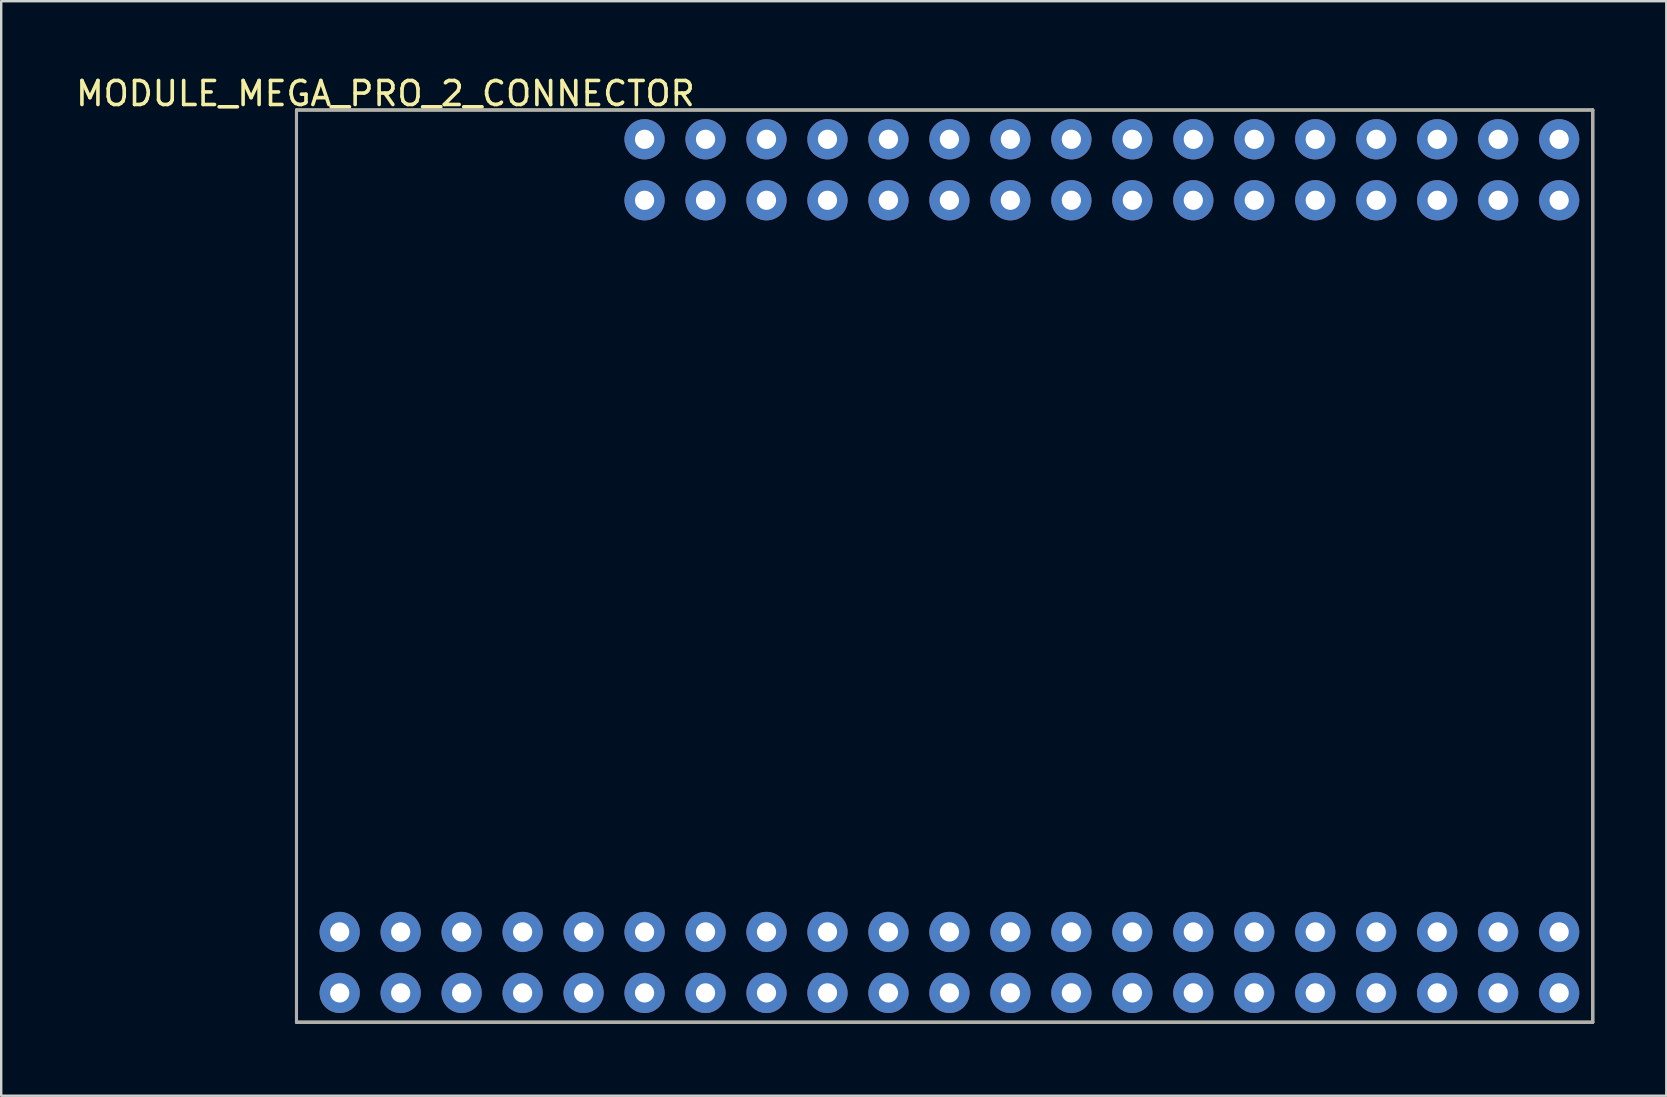
<source format=kicad_pcb>
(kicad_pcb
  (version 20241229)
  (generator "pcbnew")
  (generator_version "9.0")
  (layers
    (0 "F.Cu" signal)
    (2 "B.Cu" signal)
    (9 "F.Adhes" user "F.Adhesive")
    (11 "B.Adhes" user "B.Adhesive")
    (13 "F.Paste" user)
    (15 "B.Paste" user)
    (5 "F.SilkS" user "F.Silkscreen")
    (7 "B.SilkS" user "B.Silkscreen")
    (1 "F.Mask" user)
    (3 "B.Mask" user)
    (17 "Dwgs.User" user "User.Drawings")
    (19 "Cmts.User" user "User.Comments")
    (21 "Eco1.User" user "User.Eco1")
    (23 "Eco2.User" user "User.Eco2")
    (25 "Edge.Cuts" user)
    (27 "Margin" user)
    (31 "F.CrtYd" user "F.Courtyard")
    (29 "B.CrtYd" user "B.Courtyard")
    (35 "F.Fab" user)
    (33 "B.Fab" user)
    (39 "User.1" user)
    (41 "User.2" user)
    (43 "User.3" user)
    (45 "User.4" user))
  (footprint "MODULE_MEGA_PRO_2_CONNECTOR"
    (layer "F.Cu")
    (at 36.301 20.533)
    (property "Reference" "MODULE_MEGA_PRO_2_CONNECTOR" (at -23.295 -19.685 0) (layer "F.SilkS") (effects (font (size 1 1) (thickness 0.15))))
    (attr through_hole)
    (fp_line (start -27 -19) (end 27 -19) (stroke (width 0.127) (type solid)) (layer "F.SilkS"))
    (fp_line (start -27 19) (end -27 -19) (stroke (width 0.127) (type solid)) (layer "F.SilkS"))
    (fp_line (start -27 19) (end 27 19) (stroke (width 0.127) (type solid)) (layer "F.SilkS"))
    (fp_line (start 27 19) (end 27 -19) (stroke (width 0.127) (type solid)) (layer "F.SilkS"))
    (fp_line (start -27 -19) (end 27 -19) (stroke (width 0.127) (type solid)) (layer "F.Fab"))
    (fp_line (start -27 19) (end -27 -19) (stroke (width 0.127) (type solid)) (layer "F.Fab"))
    (fp_line (start -27 19) (end 27 19) (stroke (width 0.127) (type solid)) (layer "F.Fab"))
    (fp_line (start 27 19) (end 27 -19) (stroke (width 0.127) (type solid)) (layer "F.Fab"))
    (pad "3V3_1" thru_hole circle (at -17.58 17.78) (size 1.676 1.676) (drill 0.8) (layers "*.Cu" "*.Mask") (remove_unused_layers yes) (keep_end_layers yes) (zone_layer_connections))
    (pad "3V3_2" thru_hole circle (at -17.58 15.24) (size 1.676 1.676) (drill 0.8) (layers "*.Cu" "*.Mask") (remove_unused_layers yes) (keep_end_layers yes) (zone_layer_connections))
    (pad "5V_1" thru_hole circle (at -20.12 17.78) (size 1.676 1.676) (drill 0.8) (layers "*.Cu" "*.Mask") (remove_unused_layers yes) (keep_end_layers yes) (zone_layer_connections))
    (pad "5V_2" thru_hole circle (at -20.12 15.24) (size 1.676 1.676) (drill 0.8) (layers "*.Cu" "*.Mask") (remove_unused_layers yes) (keep_end_layers yes) (zone_layer_connections))
    (pad "A0" thru_hole circle (at -12.5 -17.78) (size 1.676 1.676) (drill 0.8) (layers "*.Cu" "*.Mask") (remove_unused_layers yes) (keep_end_layers yes) (zone_layer_connections))
    (pad "A1" thru_hole circle (at -12.5 -15.24) (size 1.676 1.676) (drill 0.8) (layers "*.Cu" "*.Mask") (remove_unused_layers yes) (keep_end_layers yes) (zone_layer_connections))
    (pad "A2" thru_hole circle (at -9.96 -17.78) (size 1.676 1.676) (drill 0.8) (layers "*.Cu" "*.Mask") (remove_unused_layers yes) (keep_end_layers yes) (zone_layer_connections))
    (pad "A3" thru_hole circle (at -9.96 -15.24) (size 1.676 1.676) (drill 0.8) (layers "*.Cu" "*.Mask") (remove_unused_layers yes) (keep_end_layers yes) (zone_layer_connections))
    (pad "A4" thru_hole circle (at -7.42 -17.78) (size 1.676 1.676) (drill 0.8) (layers "*.Cu" "*.Mask") (remove_unused_layers yes) (keep_end_layers yes) (zone_layer_connections))
    (pad "A5" thru_hole circle (at -7.42 -15.24) (size 1.676 1.676) (drill 0.8) (layers "*.Cu" "*.Mask") (remove_unused_layers yes) (keep_end_layers yes) (zone_layer_connections))
    (pad "A6" thru_hole circle (at -4.88 -17.78) (size 1.676 1.676) (drill 0.8) (layers "*.Cu" "*.Mask") (remove_unused_layers yes) (keep_end_layers yes) (zone_layer_connections))
    (pad "A7" thru_hole circle (at -4.88 -15.24) (size 1.676 1.676) (drill 0.8) (layers "*.Cu" "*.Mask") (remove_unused_layers yes) (keep_end_layers yes) (zone_layer_connections))
    (pad "A8" thru_hole circle (at -2.34 -17.78) (size 1.676 1.676) (drill 0.8) (layers "*.Cu" "*.Mask") (remove_unused_layers yes) (keep_end_layers yes) (zone_layer_connections))
    (pad "A9" thru_hole circle (at -2.34 -15.24) (size 1.676 1.676) (drill 0.8) (layers "*.Cu" "*.Mask") (remove_unused_layers yes) (keep_end_layers yes) (zone_layer_connections))
    (pad "A10" thru_hole circle (at 0.2 -17.78) (size 1.676 1.676) (drill 0.8) (layers "*.Cu" "*.Mask") (remove_unused_layers yes) (keep_end_layers yes) (zone_layer_connections))
    (pad "A11" thru_hole circle (at 0.2 -15.24) (size 1.676 1.676) (drill 0.8) (layers "*.Cu" "*.Mask") (remove_unused_layers yes) (keep_end_layers yes) (zone_layer_connections))
    (pad "A12" thru_hole circle (at 2.74 -17.78) (size 1.676 1.676) (drill 0.8) (layers "*.Cu" "*.Mask") (remove_unused_layers yes) (keep_end_layers yes) (zone_layer_connections))
    (pad "A13" thru_hole circle (at 2.74 -15.24) (size 1.676 1.676) (drill 0.8) (layers "*.Cu" "*.Mask") (remove_unused_layers yes) (keep_end_layers yes) (zone_layer_connections))
    (pad "A14" thru_hole circle (at 5.28 -17.78) (size 1.676 1.676) (drill 0.8) (layers "*.Cu" "*.Mask") (remove_unused_layers yes) (keep_end_layers yes) (zone_layer_connections))
    (pad "A15" thru_hole circle (at 5.28 -15.24) (size 1.676 1.676) (drill 0.8) (layers "*.Cu" "*.Mask") (remove_unused_layers yes) (keep_end_layers yes) (zone_layer_connections))
    (pad "AREF" thru_hole circle (at -15.04 15.24) (size 1.676 1.676) (drill 0.8) (layers "*.Cu" "*.Mask") (remove_unused_layers yes) (keep_end_layers yes) (zone_layer_connections))
    (pad "D2" thru_hole circle (at -9.96 15.24) (size 1.676 1.676) (drill 0.8) (layers "*.Cu" "*.Mask") (remove_unused_layers yes) (keep_end_layers yes) (zone_layer_connections))
    (pad "D3" thru_hole circle (at -9.96 17.78) (size 1.676 1.676) (drill 0.8) (layers "*.Cu" "*.Mask") (remove_unused_layers yes) (keep_end_layers yes) (zone_layer_connections))
    (pad "D4" thru_hole circle (at -7.42 15.24) (size 1.676 1.676) (drill 0.8) (layers "*.Cu" "*.Mask") (remove_unused_layers yes) (keep_end_layers yes) (zone_layer_connections))
    (pad "D5" thru_hole circle (at -7.42 17.78) (size 1.676 1.676) (drill 0.8) (layers "*.Cu" "*.Mask") (remove_unused_layers yes) (keep_end_layers yes) (zone_layer_connections))
    (pad "D6" thru_hole circle (at -4.88 15.24) (size 1.676 1.676) (drill 0.8) (layers "*.Cu" "*.Mask") (remove_unused_layers yes) (keep_end_layers yes) (zone_layer_connections))
    (pad "D7" thru_hole circle (at -4.88 17.78) (size 1.676 1.676) (drill 0.8) (layers "*.Cu" "*.Mask") (remove_unused_layers yes) (keep_end_layers yes) (zone_layer_connections))
    (pad "D8" thru_hole circle (at -2.34 15.24) (size 1.676 1.676) (drill 0.8) (layers "*.Cu" "*.Mask") (remove_unused_layers yes) (keep_end_layers yes) (zone_layer_connections))
    (pad "D9" thru_hole circle (at -2.34 17.78) (size 1.676 1.676) (drill 0.8) (layers "*.Cu" "*.Mask") (remove_unused_layers yes) (keep_end_layers yes) (zone_layer_connections))
    (pad "D10" thru_hole circle (at 0.2 15.24) (size 1.676 1.676) (drill 0.8) (layers "*.Cu" "*.Mask") (remove_unused_layers yes) (keep_end_layers yes) (zone_layer_connections))
    (pad "D11" thru_hole circle (at 0.2 17.78) (size 1.676 1.676) (drill 0.8) (layers "*.Cu" "*.Mask") (remove_unused_layers yes) (keep_end_layers yes) (zone_layer_connections))
    (pad "D12" thru_hole circle (at 2.74 15.24) (size 1.676 1.676) (drill 0.8) (layers "*.Cu" "*.Mask") (remove_unused_layers yes) (keep_end_layers yes) (zone_layer_connections))
    (pad "D13" thru_hole circle (at 2.74 17.78) (size 1.676 1.676) (drill 0.8) (layers "*.Cu" "*.Mask") (remove_unused_layers yes) (keep_end_layers yes) (zone_layer_connections))
    (pad "D14" thru_hole circle (at 5.28 15.24) (size 1.676 1.676) (drill 0.8) (layers "*.Cu" "*.Mask") (remove_unused_layers yes) (keep_end_layers yes) (zone_layer_connections))
    (pad "D15" thru_hole circle (at 5.28 17.78) (size 1.676 1.676) (drill 0.8) (layers "*.Cu" "*.Mask") (remove_unused_layers yes) (keep_end_layers yes) (zone_layer_connections))
    (pad "D16" thru_hole circle (at 7.82 15.24) (size 1.676 1.676) (drill 0.8) (layers "*.Cu" "*.Mask") (remove_unused_layers yes) (keep_end_layers yes) (zone_layer_connections))
    (pad "D17" thru_hole circle (at 7.82 17.78) (size 1.676 1.676) (drill 0.8) (layers "*.Cu" "*.Mask") (remove_unused_layers yes) (keep_end_layers yes) (zone_layer_connections))
    (pad "D18" thru_hole circle (at 10.36 15.24) (size 1.676 1.676) (drill 0.8) (layers "*.Cu" "*.Mask") (remove_unused_layers yes) (keep_end_layers yes) (zone_layer_connections))
    (pad "D19" thru_hole circle (at 10.36 17.78) (size 1.676 1.676) (drill 0.8) (layers "*.Cu" "*.Mask") (remove_unused_layers yes) (keep_end_layers yes) (zone_layer_connections))
    (pad "D20" thru_hole circle (at 12.9 15.24) (size 1.676 1.676) (drill 0.8) (layers "*.Cu" "*.Mask") (remove_unused_layers yes) (keep_end_layers yes) (zone_layer_connections))
    (pad "D21" thru_hole circle (at 12.9 17.78) (size 1.676 1.676) (drill 0.8) (layers "*.Cu" "*.Mask") (remove_unused_layers yes) (keep_end_layers yes) (zone_layer_connections))
    (pad "D22" thru_hole circle (at 15.44 15.24) (size 1.676 1.676) (drill 0.8) (layers "*.Cu" "*.Mask") (remove_unused_layers yes) (keep_end_layers yes) (zone_layer_connections))
    (pad "D23" thru_hole circle (at 15.44 17.78) (size 1.676 1.676) (drill 0.8) (layers "*.Cu" "*.Mask") (remove_unused_layers yes) (keep_end_layers yes) (zone_layer_connections))
    (pad "D24" thru_hole circle (at 17.98 15.24) (size 1.676 1.676) (drill 0.8) (layers "*.Cu" "*.Mask") (remove_unused_layers yes) (keep_end_layers yes) (zone_layer_connections))
    (pad "D25" thru_hole circle (at 17.98 17.78) (size 1.676 1.676) (drill 0.8) (layers "*.Cu" "*.Mask") (remove_unused_layers yes) (keep_end_layers yes) (zone_layer_connections))
    (pad "D26" thru_hole circle (at 20.52 15.24) (size 1.676 1.676) (drill 0.8) (layers "*.Cu" "*.Mask") (remove_unused_layers yes) (keep_end_layers yes) (zone_layer_connections))
    (pad "D27" thru_hole circle (at 20.52 17.78) (size 1.676 1.676) (drill 0.8) (layers "*.Cu" "*.Mask") (remove_unused_layers yes) (keep_end_layers yes) (zone_layer_connections))
    (pad "D28" thru_hole circle (at 23.06 15.24) (size 1.676 1.676) (drill 0.8) (layers "*.Cu" "*.Mask") (remove_unused_layers yes) (keep_end_layers yes) (zone_layer_connections))
    (pad "D29" thru_hole circle (at 23.06 17.78) (size 1.676 1.676) (drill 0.8) (layers "*.Cu" "*.Mask") (remove_unused_layers yes) (keep_end_layers yes) (zone_layer_connections))
    (pad "D30" thru_hole circle (at 25.6 15.24) (size 1.676 1.676) (drill 0.8) (layers "*.Cu" "*.Mask") (remove_unused_layers yes) (keep_end_layers yes) (zone_layer_connections))
    (pad "D31" thru_hole circle (at 25.6 17.78) (size 1.676 1.676) (drill 0.8) (layers "*.Cu" "*.Mask") (remove_unused_layers yes) (keep_end_layers yes) (zone_layer_connections))
    (pad "D32" thru_hole circle (at 7.82 -17.78) (size 1.676 1.676) (drill 0.8) (layers "*.Cu" "*.Mask") (remove_unused_layers yes) (keep_end_layers yes) (zone_layer_connections))
    (pad "D33" thru_hole circle (at 7.82 -15.24) (size 1.676 1.676) (drill 0.8) (layers "*.Cu" "*.Mask") (remove_unused_layers yes) (keep_end_layers yes) (zone_layer_connections))
    (pad "D34" thru_hole circle (at 10.36 -17.78) (size 1.676 1.676) (drill 0.8) (layers "*.Cu" "*.Mask") (remove_unused_layers yes) (keep_end_layers yes) (zone_layer_connections))
    (pad "D35" thru_hole circle (at 10.36 -15.24) (size 1.676 1.676) (drill 0.8) (layers "*.Cu" "*.Mask") (remove_unused_layers yes) (keep_end_layers yes) (zone_layer_connections))
    (pad "D36" thru_hole circle (at 12.9 -17.78) (size 1.676 1.676) (drill 0.8) (layers "*.Cu" "*.Mask") (remove_unused_layers yes) (keep_end_layers yes) (zone_layer_connections))
    (pad "D37" thru_hole circle (at 12.9 -15.24) (size 1.676 1.676) (drill 0.8) (layers "*.Cu" "*.Mask") (remove_unused_layers yes) (keep_end_layers yes) (zone_layer_connections))
    (pad "D38" thru_hole circle (at 15.44 -17.78) (size 1.676 1.676) (drill 0.8) (layers "*.Cu" "*.Mask") (remove_unused_layers yes) (keep_end_layers yes) (zone_layer_connections))
    (pad "D39" thru_hole circle (at 15.44 -15.24) (size 1.676 1.676) (drill 0.8) (layers "*.Cu" "*.Mask") (remove_unused_layers yes) (keep_end_layers yes) (zone_layer_connections))
    (pad "D40" thru_hole circle (at 17.98 -17.78) (size 1.676 1.676) (drill 0.8) (layers "*.Cu" "*.Mask") (remove_unused_layers yes) (keep_end_layers yes) (zone_layer_connections))
    (pad "D41" thru_hole circle (at 17.98 -15.24) (size 1.676 1.676) (drill 0.8) (layers "*.Cu" "*.Mask") (remove_unused_layers yes) (keep_end_layers yes) (zone_layer_connections))
    (pad "D42" thru_hole circle (at 20.52 -17.78) (size 1.676 1.676) (drill 0.8) (layers "*.Cu" "*.Mask") (remove_unused_layers yes) (keep_end_layers yes) (zone_layer_connections))
    (pad "D43" thru_hole circle (at 20.52 -15.24) (size 1.676 1.676) (drill 0.8) (layers "*.Cu" "*.Mask") (remove_unused_layers yes) (keep_end_layers yes) (zone_layer_connections))
    (pad "D44" thru_hole circle (at 23.06 -17.78) (size 1.676 1.676) (drill 0.8) (layers "*.Cu" "*.Mask") (remove_unused_layers yes) (keep_end_layers yes) (zone_layer_connections))
    (pad "D45" thru_hole circle (at 23.06 -15.24) (size 1.676 1.676) (drill 0.8) (layers "*.Cu" "*.Mask") (remove_unused_layers yes) (keep_end_layers yes) (zone_layer_connections))
    (pad "D46" thru_hole circle (at 25.6 -17.78) (size 1.676 1.676) (drill 0.8) (layers "*.Cu" "*.Mask") (remove_unused_layers yes) (keep_end_layers yes) (zone_layer_connections))
    (pad "D47" thru_hole circle (at 25.6 -15.24) (size 1.676 1.676) (drill 0.8) (layers "*.Cu" "*.Mask") (remove_unused_layers yes) (keep_end_layers yes) (zone_layer_connections))
    (pad "GND_1" thru_hole circle (at -22.66 17.78) (size 1.676 1.676) (drill 0.8) (layers "*.Cu" "*.Mask") (remove_unused_layers yes) (keep_end_layers yes) (zone_layer_connections))
    (pad "GND_2" thru_hole circle (at -22.66 15.24) (size 1.676 1.676) (drill 0.8) (layers "*.Cu" "*.Mask") (remove_unused_layers yes) (keep_end_layers yes) (zone_layer_connections))
    (pad "RST" thru_hole circle (at -15.04 17.78) (size 1.676 1.676) (drill 0.8) (layers "*.Cu" "*.Mask") (remove_unused_layers yes) (keep_end_layers yes) (zone_layer_connections))
    (pad "RX" thru_hole circle (at -12.5 15.24) (size 1.676 1.676) (drill 0.8) (layers "*.Cu" "*.Mask") (remove_unused_layers yes) (keep_end_layers yes) (zone_layer_connections))
    (pad "TX" thru_hole circle (at -12.5 17.78) (size 1.676 1.676) (drill 0.8) (layers "*.Cu" "*.Mask") (remove_unused_layers yes) (keep_end_layers yes) (zone_layer_connections))
    (pad "VIN_1" thru_hole circle (at -25.2 17.78) (size 1.676 1.676) (drill 0.8) (layers "*.Cu" "*.Mask") (remove_unused_layers yes) (keep_end_layers yes) (zone_layer_connections))
    (pad "VIN_2" thru_hole circle (at -25.2 15.24) (size 1.676 1.676) (drill 0.8) (layers "*.Cu" "*.Mask") (remove_unused_layers yes) (keep_end_layers yes) (zone_layer_connections)))
  (gr_rect
    (start -3 -3)
    (end 66.364 42.597)
    (stroke (width 0.1) (type default))
    (fill no)
    (layer "Edge.Cuts")))
</source>
